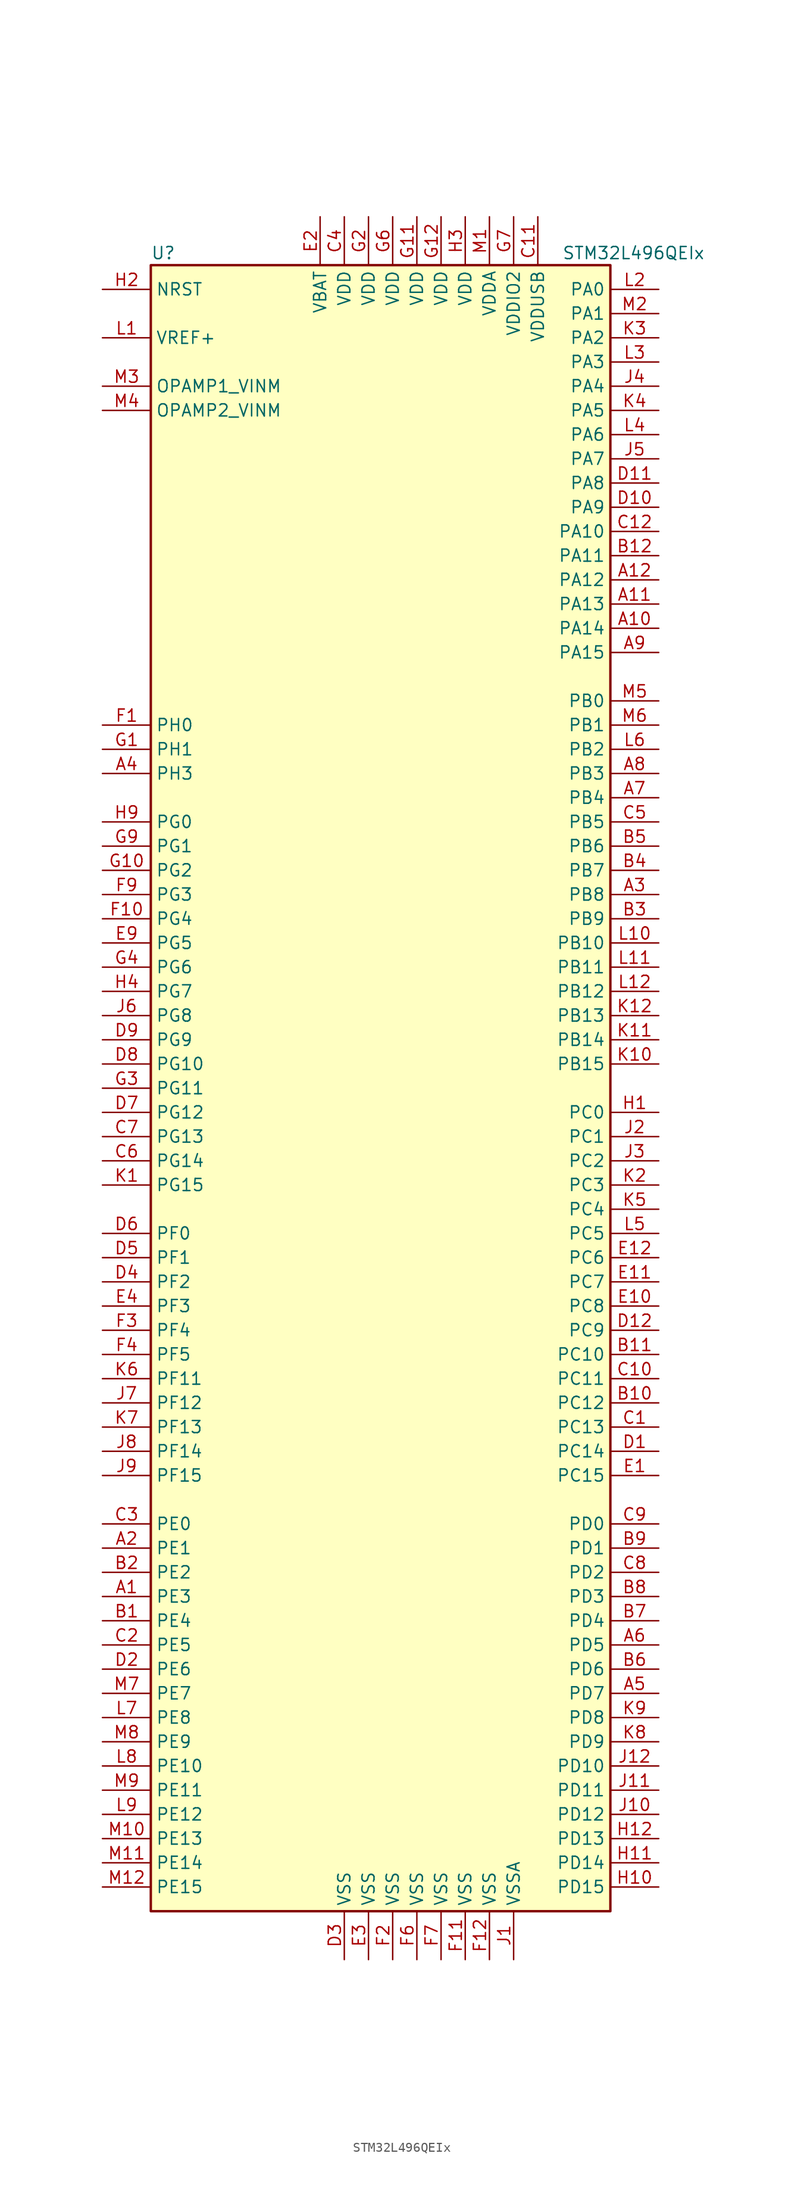
<source format=kicad_sym>
(kicad_symbol_lib
  (version 20211014)
  (generator kicad_symbol_editor)
  (symbol "STM32L496QEIx"
    (property "Reference" "U"
      (at -25.4 87.63 0)
      (effects (font (size 1.27 1.27)) (justify left)))
    (property "Value" "STM32L496QEIx"
      (at 17.78 87.63 0)
      (effects (font (size 1.27 1.27)) (justify left)))
    (symbol "STM32L496QEIx_0_1"
      (rectangle (start -25.4 -86.36) (end 22.86 86.36) (stroke (width 0.254) (type default) (color 0 0 0 0)) (fill (type background))))
    (symbol "STM32L496QEIx_1_1"
      (pin bidirectional line (at -30.48 -53.34 0) (length 5.08) (name "PE3" (effects (font (size 1.27 1.27)))) (number "A1" (effects (font (size 1.27 1.27)))))
      (pin bidirectional line (at 27.94 48.26 180) (length 5.08) (name "PA14" (effects (font (size 1.27 1.27)))) (number "A10" (effects (font (size 1.27 1.27)))))
      (pin bidirectional line (at 27.94 50.8 180) (length 5.08) (name "PA13" (effects (font (size 1.27 1.27)))) (number "A11" (effects (font (size 1.27 1.27)))))
      (pin bidirectional line (at 27.94 53.34 180) (length 5.08) (name "PA12" (effects (font (size 1.27 1.27)))) (number "A12" (effects (font (size 1.27 1.27)))))
      (pin bidirectional line (at -30.48 -48.26 0) (length 5.08) (name "PE1" (effects (font (size 1.27 1.27)))) (number "A2" (effects (font (size 1.27 1.27)))))
      (pin bidirectional line (at 27.94 20.32 180) (length 5.08) (name "PB8" (effects (font (size 1.27 1.27)))) (number "A3" (effects (font (size 1.27 1.27)))))
      (pin bidirectional line (at -30.48 33.02 0) (length 5.08) (name "PH3" (effects (font (size 1.27 1.27)))) (number "A4" (effects (font (size 1.27 1.27)))))
      (pin bidirectional line (at 27.94 -63.5 180) (length 5.08) (name "PD7" (effects (font (size 1.27 1.27)))) (number "A5" (effects (font (size 1.27 1.27)))))
      (pin bidirectional line (at 27.94 -58.42 180) (length 5.08) (name "PD5" (effects (font (size 1.27 1.27)))) (number "A6" (effects (font (size 1.27 1.27)))))
      (pin bidirectional line (at 27.94 30.48 180) (length 5.08) (name "PB4" (effects (font (size 1.27 1.27)))) (number "A7" (effects (font (size 1.27 1.27)))))
      (pin bidirectional line (at 27.94 33.02 180) (length 5.08) (name "PB3" (effects (font (size 1.27 1.27)))) (number "A8" (effects (font (size 1.27 1.27)))))
      (pin bidirectional line (at 27.94 45.72 180) (length 5.08) (name "PA15" (effects (font (size 1.27 1.27)))) (number "A9" (effects (font (size 1.27 1.27)))))
      (pin bidirectional line (at -30.48 -55.88 0) (length 5.08) (name "PE4" (effects (font (size 1.27 1.27)))) (number "B1" (effects (font (size 1.27 1.27)))))
      (pin bidirectional line (at 27.94 -33.02 180) (length 5.08) (name "PC12" (effects (font (size 1.27 1.27)))) (number "B10" (effects (font (size 1.27 1.27)))))
      (pin bidirectional line (at 27.94 -27.94 180) (length 5.08) (name "PC10" (effects (font (size 1.27 1.27)))) (number "B11" (effects (font (size 1.27 1.27)))))
      (pin bidirectional line (at 27.94 55.88 180) (length 5.08) (name "PA11" (effects (font (size 1.27 1.27)))) (number "B12" (effects (font (size 1.27 1.27)))))
      (pin bidirectional line (at -30.48 -50.8 0) (length 5.08) (name "PE2" (effects (font (size 1.27 1.27)))) (number "B2" (effects (font (size 1.27 1.27)))))
      (pin bidirectional line (at 27.94 17.78 180) (length 5.08) (name "PB9" (effects (font (size 1.27 1.27)))) (number "B3" (effects (font (size 1.27 1.27)))))
      (pin bidirectional line (at 27.94 22.86 180) (length 5.08) (name "PB7" (effects (font (size 1.27 1.27)))) (number "B4" (effects (font (size 1.27 1.27)))))
      (pin bidirectional line (at 27.94 25.4 180) (length 5.08) (name "PB6" (effects (font (size 1.27 1.27)))) (number "B5" (effects (font (size 1.27 1.27)))))
      (pin bidirectional line (at 27.94 -60.96 180) (length 5.08) (name "PD6" (effects (font (size 1.27 1.27)))) (number "B6" (effects (font (size 1.27 1.27)))))
      (pin bidirectional line (at 27.94 -55.88 180) (length 5.08) (name "PD4" (effects (font (size 1.27 1.27)))) (number "B7" (effects (font (size 1.27 1.27)))))
      (pin bidirectional line (at 27.94 -53.34 180) (length 5.08) (name "PD3" (effects (font (size 1.27 1.27)))) (number "B8" (effects (font (size 1.27 1.27)))))
      (pin bidirectional line (at 27.94 -48.26 180) (length 5.08) (name "PD1" (effects (font (size 1.27 1.27)))) (number "B9" (effects (font (size 1.27 1.27)))))
      (pin bidirectional line (at 27.94 -35.56 180) (length 5.08) (name "PC13" (effects (font (size 1.27 1.27)))) (number "C1" (effects (font (size 1.27 1.27)))))
      (pin bidirectional line (at 27.94 -30.48 180) (length 5.08) (name "PC11" (effects (font (size 1.27 1.27)))) (number "C10" (effects (font (size 1.27 1.27)))))
      (pin power_in line (at 15.24 91.44 270) (length 5.08) (name "VDDUSB" (effects (font (size 1.27 1.27)))) (number "C11" (effects (font (size 1.27 1.27)))))
      (pin bidirectional line (at 27.94 58.42 180) (length 5.08) (name "PA10" (effects (font (size 1.27 1.27)))) (number "C12" (effects (font (size 1.27 1.27)))))
      (pin bidirectional line (at -30.48 -58.42 0) (length 5.08) (name "PE5" (effects (font (size 1.27 1.27)))) (number "C2" (effects (font (size 1.27 1.27)))))
      (pin bidirectional line (at -30.48 -45.72 0) (length 5.08) (name "PE0" (effects (font (size 1.27 1.27)))) (number "C3" (effects (font (size 1.27 1.27)))))
      (pin power_in line (at -5.08 91.44 270) (length 5.08) (name "VDD" (effects (font (size 1.27 1.27)))) (number "C4" (effects (font (size 1.27 1.27)))))
      (pin bidirectional line (at 27.94 27.94 180) (length 5.08) (name "PB5" (effects (font (size 1.27 1.27)))) (number "C5" (effects (font (size 1.27 1.27)))))
      (pin bidirectional line (at -30.48 -7.62 0) (length 5.08) (name "PG14" (effects (font (size 1.27 1.27)))) (number "C6" (effects (font (size 1.27 1.27)))))
      (pin bidirectional line (at -30.48 -5.08 0) (length 5.08) (name "PG13" (effects (font (size 1.27 1.27)))) (number "C7" (effects (font (size 1.27 1.27)))))
      (pin bidirectional line (at 27.94 -50.8 180) (length 5.08) (name "PD2" (effects (font (size 1.27 1.27)))) (number "C8" (effects (font (size 1.27 1.27)))))
      (pin bidirectional line (at 27.94 -45.72 180) (length 5.08) (name "PD0" (effects (font (size 1.27 1.27)))) (number "C9" (effects (font (size 1.27 1.27)))))
      (pin bidirectional line (at 27.94 -38.1 180) (length 5.08) (name "PC14" (effects (font (size 1.27 1.27)))) (number "D1" (effects (font (size 1.27 1.27)))))
      (pin bidirectional line (at 27.94 60.96 180) (length 5.08) (name "PA9" (effects (font (size 1.27 1.27)))) (number "D10" (effects (font (size 1.27 1.27)))))
      (pin bidirectional line (at 27.94 63.5 180) (length 5.08) (name "PA8" (effects (font (size 1.27 1.27)))) (number "D11" (effects (font (size 1.27 1.27)))))
      (pin bidirectional line (at 27.94 -25.4 180) (length 5.08) (name "PC9" (effects (font (size 1.27 1.27)))) (number "D12" (effects (font (size 1.27 1.27)))))
      (pin bidirectional line (at -30.48 -60.96 0) (length 5.08) (name "PE6" (effects (font (size 1.27 1.27)))) (number "D2" (effects (font (size 1.27 1.27)))))
      (pin power_in line (at -5.08 -91.44 90) (length 5.08) (name "VSS" (effects (font (size 1.27 1.27)))) (number "D3" (effects (font (size 1.27 1.27)))))
      (pin bidirectional line (at -30.48 -20.32 0) (length 5.08) (name "PF2" (effects (font (size 1.27 1.27)))) (number "D4" (effects (font (size 1.27 1.27)))))
      (pin bidirectional line (at -30.48 -17.78 0) (length 5.08) (name "PF1" (effects (font (size 1.27 1.27)))) (number "D5" (effects (font (size 1.27 1.27)))))
      (pin bidirectional line (at -30.48 -15.24 0) (length 5.08) (name "PF0" (effects (font (size 1.27 1.27)))) (number "D6" (effects (font (size 1.27 1.27)))))
      (pin bidirectional line (at -30.48 -2.54 0) (length 5.08) (name "PG12" (effects (font (size 1.27 1.27)))) (number "D7" (effects (font (size 1.27 1.27)))))
      (pin bidirectional line (at -30.48 2.54 0) (length 5.08) (name "PG10" (effects (font (size 1.27 1.27)))) (number "D8" (effects (font (size 1.27 1.27)))))
      (pin bidirectional line (at -30.48 5.08 0) (length 5.08) (name "PG9" (effects (font (size 1.27 1.27)))) (number "D9" (effects (font (size 1.27 1.27)))))
      (pin bidirectional line (at 27.94 -40.64 180) (length 5.08) (name "PC15" (effects (font (size 1.27 1.27)))) (number "E1" (effects (font (size 1.27 1.27)))))
      (pin bidirectional line (at 27.94 -22.86 180) (length 5.08) (name "PC8" (effects (font (size 1.27 1.27)))) (number "E10" (effects (font (size 1.27 1.27)))))
      (pin bidirectional line (at 27.94 -20.32 180) (length 5.08) (name "PC7" (effects (font (size 1.27 1.27)))) (number "E11" (effects (font (size 1.27 1.27)))))
      (pin bidirectional line (at 27.94 -17.78 180) (length 5.08) (name "PC6" (effects (font (size 1.27 1.27)))) (number "E12" (effects (font (size 1.27 1.27)))))
      (pin power_in line (at -7.62 91.44 270) (length 5.08) (name "VBAT" (effects (font (size 1.27 1.27)))) (number "E2" (effects (font (size 1.27 1.27)))))
      (pin power_in line (at -2.54 -91.44 90) (length 5.08) (name "VSS" (effects (font (size 1.27 1.27)))) (number "E3" (effects (font (size 1.27 1.27)))))
      (pin bidirectional line (at -30.48 -22.86 0) (length 5.08) (name "PF3" (effects (font (size 1.27 1.27)))) (number "E4" (effects (font (size 1.27 1.27)))))
      (pin bidirectional line (at -30.48 15.24 0) (length 5.08) (name "PG5" (effects (font (size 1.27 1.27)))) (number "E9" (effects (font (size 1.27 1.27)))))
      (pin input line (at -30.48 38.1 0) (length 5.08) (name "PH0" (effects (font (size 1.27 1.27)))) (number "F1" (effects (font (size 1.27 1.27)))))
      (pin bidirectional line (at -30.48 17.78 0) (length 5.08) (name "PG4" (effects (font (size 1.27 1.27)))) (number "F10" (effects (font (size 1.27 1.27)))))
      (pin power_in line (at 7.62 -91.44 90) (length 5.08) (name "VSS" (effects (font (size 1.27 1.27)))) (number "F11" (effects (font (size 1.27 1.27)))))
      (pin power_in line (at 10.16 -91.44 90) (length 5.08) (name "VSS" (effects (font (size 1.27 1.27)))) (number "F12" (effects (font (size 1.27 1.27)))))
      (pin power_in line (at 0 -91.44 90) (length 5.08) (name "VSS" (effects (font (size 1.27 1.27)))) (number "F2" (effects (font (size 1.27 1.27)))))
      (pin bidirectional line (at -30.48 -25.4 0) (length 5.08) (name "PF4" (effects (font (size 1.27 1.27)))) (number "F3" (effects (font (size 1.27 1.27)))))
      (pin bidirectional line (at -30.48 -27.94 0) (length 5.08) (name "PF5" (effects (font (size 1.27 1.27)))) (number "F4" (effects (font (size 1.27 1.27)))))
      (pin power_in line (at 2.54 -91.44 90) (length 5.08) (name "VSS" (effects (font (size 1.27 1.27)))) (number "F6" (effects (font (size 1.27 1.27)))))
      (pin power_in line (at 5.08 -91.44 90) (length 5.08) (name "VSS" (effects (font (size 1.27 1.27)))) (number "F7" (effects (font (size 1.27 1.27)))))
      (pin bidirectional line (at -30.48 20.32 0) (length 5.08) (name "PG3" (effects (font (size 1.27 1.27)))) (number "F9" (effects (font (size 1.27 1.27)))))
      (pin input line (at -30.48 35.56 0) (length 5.08) (name "PH1" (effects (font (size 1.27 1.27)))) (number "G1" (effects (font (size 1.27 1.27)))))
      (pin bidirectional line (at -30.48 22.86 0) (length 5.08) (name "PG2" (effects (font (size 1.27 1.27)))) (number "G10" (effects (font (size 1.27 1.27)))))
      (pin power_in line (at 2.54 91.44 270) (length 5.08) (name "VDD" (effects (font (size 1.27 1.27)))) (number "G11" (effects (font (size 1.27 1.27)))))
      (pin power_in line (at 5.08 91.44 270) (length 5.08) (name "VDD" (effects (font (size 1.27 1.27)))) (number "G12" (effects (font (size 1.27 1.27)))))
      (pin power_in line (at -2.54 91.44 270) (length 5.08) (name "VDD" (effects (font (size 1.27 1.27)))) (number "G2" (effects (font (size 1.27 1.27)))))
      (pin bidirectional line (at -30.48 0 0) (length 5.08) (name "PG11" (effects (font (size 1.27 1.27)))) (number "G3" (effects (font (size 1.27 1.27)))))
      (pin bidirectional line (at -30.48 12.7 0) (length 5.08) (name "PG6" (effects (font (size 1.27 1.27)))) (number "G4" (effects (font (size 1.27 1.27)))))
      (pin power_in line (at 0 91.44 270) (length 5.08) (name "VDD" (effects (font (size 1.27 1.27)))) (number "G6" (effects (font (size 1.27 1.27)))))
      (pin power_in line (at 12.7 91.44 270) (length 5.08) (name "VDDIO2" (effects (font (size 1.27 1.27)))) (number "G7" (effects (font (size 1.27 1.27)))))
      (pin bidirectional line (at -30.48 25.4 0) (length 5.08) (name "PG1" (effects (font (size 1.27 1.27)))) (number "G9" (effects (font (size 1.27 1.27)))))
      (pin bidirectional line (at 27.94 -2.54 180) (length 5.08) (name "PC0" (effects (font (size 1.27 1.27)))) (number "H1" (effects (font (size 1.27 1.27)))))
      (pin bidirectional line (at 27.94 -83.82 180) (length 5.08) (name "PD15" (effects (font (size 1.27 1.27)))) (number "H10" (effects (font (size 1.27 1.27)))))
      (pin bidirectional line (at 27.94 -81.28 180) (length 5.08) (name "PD14" (effects (font (size 1.27 1.27)))) (number "H11" (effects (font (size 1.27 1.27)))))
      (pin bidirectional line (at 27.94 -78.74 180) (length 5.08) (name "PD13" (effects (font (size 1.27 1.27)))) (number "H12" (effects (font (size 1.27 1.27)))))
      (pin input line (at -30.48 83.82 0) (length 5.08) (name "NRST" (effects (font (size 1.27 1.27)))) (number "H2" (effects (font (size 1.27 1.27)))))
      (pin power_in line (at 7.62 91.44 270) (length 5.08) (name "VDD" (effects (font (size 1.27 1.27)))) (number "H3" (effects (font (size 1.27 1.27)))))
      (pin bidirectional line (at -30.48 10.16 0) (length 5.08) (name "PG7" (effects (font (size 1.27 1.27)))) (number "H4" (effects (font (size 1.27 1.27)))))
      (pin bidirectional line (at -30.48 27.94 0) (length 5.08) (name "PG0" (effects (font (size 1.27 1.27)))) (number "H9" (effects (font (size 1.27 1.27)))))
      (pin power_in line (at 12.7 -91.44 90) (length 5.08) (name "VSSA" (effects (font (size 1.27 1.27)))) (number "J1" (effects (font (size 1.27 1.27)))))
      (pin bidirectional line (at 27.94 -76.2 180) (length 5.08) (name "PD12" (effects (font (size 1.27 1.27)))) (number "J10" (effects (font (size 1.27 1.27)))))
      (pin bidirectional line (at 27.94 -73.66 180) (length 5.08) (name "PD11" (effects (font (size 1.27 1.27)))) (number "J11" (effects (font (size 1.27 1.27)))))
      (pin bidirectional line (at 27.94 -71.12 180) (length 5.08) (name "PD10" (effects (font (size 1.27 1.27)))) (number "J12" (effects (font (size 1.27 1.27)))))
      (pin bidirectional line (at 27.94 -5.08 180) (length 5.08) (name "PC1" (effects (font (size 1.27 1.27)))) (number "J2" (effects (font (size 1.27 1.27)))))
      (pin bidirectional line (at 27.94 -7.62 180) (length 5.08) (name "PC2" (effects (font (size 1.27 1.27)))) (number "J3" (effects (font (size 1.27 1.27)))))
      (pin bidirectional line (at 27.94 73.66 180) (length 5.08) (name "PA4" (effects (font (size 1.27 1.27)))) (number "J4" (effects (font (size 1.27 1.27)))))
      (pin bidirectional line (at 27.94 66.04 180) (length 5.08) (name "PA7" (effects (font (size 1.27 1.27)))) (number "J5" (effects (font (size 1.27 1.27)))))
      (pin bidirectional line (at -30.48 7.62 0) (length 5.08) (name "PG8" (effects (font (size 1.27 1.27)))) (number "J6" (effects (font (size 1.27 1.27)))))
      (pin bidirectional line (at -30.48 -33.02 0) (length 5.08) (name "PF12" (effects (font (size 1.27 1.27)))) (number "J7" (effects (font (size 1.27 1.27)))))
      (pin bidirectional line (at -30.48 -38.1 0) (length 5.08) (name "PF14" (effects (font (size 1.27 1.27)))) (number "J8" (effects (font (size 1.27 1.27)))))
      (pin bidirectional line (at -30.48 -40.64 0) (length 5.08) (name "PF15" (effects (font (size 1.27 1.27)))) (number "J9" (effects (font (size 1.27 1.27)))))
      (pin bidirectional line (at -30.48 -10.16 0) (length 5.08) (name "PG15" (effects (font (size 1.27 1.27)))) (number "K1" (effects (font (size 1.27 1.27)))))
      (pin bidirectional line (at 27.94 2.54 180) (length 5.08) (name "PB15" (effects (font (size 1.27 1.27)))) (number "K10" (effects (font (size 1.27 1.27)))))
      (pin bidirectional line (at 27.94 5.08 180) (length 5.08) (name "PB14" (effects (font (size 1.27 1.27)))) (number "K11" (effects (font (size 1.27 1.27)))))
      (pin bidirectional line (at 27.94 7.62 180) (length 5.08) (name "PB13" (effects (font (size 1.27 1.27)))) (number "K12" (effects (font (size 1.27 1.27)))))
      (pin bidirectional line (at 27.94 -10.16 180) (length 5.08) (name "PC3" (effects (font (size 1.27 1.27)))) (number "K2" (effects (font (size 1.27 1.27)))))
      (pin bidirectional line (at 27.94 78.74 180) (length 5.08) (name "PA2" (effects (font (size 1.27 1.27)))) (number "K3" (effects (font (size 1.27 1.27)))))
      (pin bidirectional line (at 27.94 71.12 180) (length 5.08) (name "PA5" (effects (font (size 1.27 1.27)))) (number "K4" (effects (font (size 1.27 1.27)))))
      (pin bidirectional line (at 27.94 -12.7 180) (length 5.08) (name "PC4" (effects (font (size 1.27 1.27)))) (number "K5" (effects (font (size 1.27 1.27)))))
      (pin bidirectional line (at -30.48 -30.48 0) (length 5.08) (name "PF11" (effects (font (size 1.27 1.27)))) (number "K6" (effects (font (size 1.27 1.27)))))
      (pin bidirectional line (at -30.48 -35.56 0) (length 5.08) (name "PF13" (effects (font (size 1.27 1.27)))) (number "K7" (effects (font (size 1.27 1.27)))))
      (pin bidirectional line (at 27.94 -68.58 180) (length 5.08) (name "PD9" (effects (font (size 1.27 1.27)))) (number "K8" (effects (font (size 1.27 1.27)))))
      (pin bidirectional line (at 27.94 -66.04 180) (length 5.08) (name "PD8" (effects (font (size 1.27 1.27)))) (number "K9" (effects (font (size 1.27 1.27)))))
      (pin bidirectional line (at -30.48 78.74 0) (length 5.08) (name "VREF+" (effects (font (size 1.27 1.27)))) (number "L1" (effects (font (size 1.27 1.27)))))
      (pin bidirectional line (at 27.94 15.24 180) (length 5.08) (name "PB10" (effects (font (size 1.27 1.27)))) (number "L10" (effects (font (size 1.27 1.27)))))
      (pin bidirectional line (at 27.94 12.7 180) (length 5.08) (name "PB11" (effects (font (size 1.27 1.27)))) (number "L11" (effects (font (size 1.27 1.27)))))
      (pin bidirectional line (at 27.94 10.16 180) (length 5.08) (name "PB12" (effects (font (size 1.27 1.27)))) (number "L12" (effects (font (size 1.27 1.27)))))
      (pin bidirectional line (at 27.94 83.82 180) (length 5.08) (name "PA0" (effects (font (size 1.27 1.27)))) (number "L2" (effects (font (size 1.27 1.27)))))
      (pin bidirectional line (at 27.94 76.2 180) (length 5.08) (name "PA3" (effects (font (size 1.27 1.27)))) (number "L3" (effects (font (size 1.27 1.27)))))
      (pin bidirectional line (at 27.94 68.58 180) (length 5.08) (name "PA6" (effects (font (size 1.27 1.27)))) (number "L4" (effects (font (size 1.27 1.27)))))
      (pin bidirectional line (at 27.94 -15.24 180) (length 5.08) (name "PC5" (effects (font (size 1.27 1.27)))) (number "L5" (effects (font (size 1.27 1.27)))))
      (pin bidirectional line (at 27.94 35.56 180) (length 5.08) (name "PB2" (effects (font (size 1.27 1.27)))) (number "L6" (effects (font (size 1.27 1.27)))))
      (pin bidirectional line (at -30.48 -66.04 0) (length 5.08) (name "PE8" (effects (font (size 1.27 1.27)))) (number "L7" (effects (font (size 1.27 1.27)))))
      (pin bidirectional line (at -30.48 -71.12 0) (length 5.08) (name "PE10" (effects (font (size 1.27 1.27)))) (number "L8" (effects (font (size 1.27 1.27)))))
      (pin bidirectional line (at -30.48 -76.2 0) (length 5.08) (name "PE12" (effects (font (size 1.27 1.27)))) (number "L9" (effects (font (size 1.27 1.27)))))
      (pin power_in line (at 10.16 91.44 270) (length 5.08) (name "VDDA" (effects (font (size 1.27 1.27)))) (number "M1" (effects (font (size 1.27 1.27)))))
      (pin bidirectional line (at -30.48 -78.74 0) (length 5.08) (name "PE13" (effects (font (size 1.27 1.27)))) (number "M10" (effects (font (size 1.27 1.27)))))
      (pin bidirectional line (at -30.48 -81.28 0) (length 5.08) (name "PE14" (effects (font (size 1.27 1.27)))) (number "M11" (effects (font (size 1.27 1.27)))))
      (pin bidirectional line (at -30.48 -83.82 0) (length 5.08) (name "PE15" (effects (font (size 1.27 1.27)))) (number "M12" (effects (font (size 1.27 1.27)))))
      (pin bidirectional line (at 27.94 81.28 180) (length 5.08) (name "PA1" (effects (font (size 1.27 1.27)))) (number "M2" (effects (font (size 1.27 1.27)))))
      (pin bidirectional line (at -30.48 73.66 0) (length 5.08) (name "OPAMP1_VINM" (effects (font (size 1.27 1.27)))) (number "M3" (effects (font (size 1.27 1.27)))))
      (pin bidirectional line (at -30.48 71.12 0) (length 5.08) (name "OPAMP2_VINM" (effects (font (size 1.27 1.27)))) (number "M4" (effects (font (size 1.27 1.27)))))
      (pin bidirectional line (at 27.94 40.64 180) (length 5.08) (name "PB0" (effects (font (size 1.27 1.27)))) (number "M5" (effects (font (size 1.27 1.27)))))
      (pin bidirectional line (at 27.94 38.1 180) (length 5.08) (name "PB1" (effects (font (size 1.27 1.27)))) (number "M6" (effects (font (size 1.27 1.27)))))
      (pin bidirectional line (at -30.48 -63.5 0) (length 5.08) (name "PE7" (effects (font (size 1.27 1.27)))) (number "M7" (effects (font (size 1.27 1.27)))))
      (pin bidirectional line (at -30.48 -68.58 0) (length 5.08) (name "PE9" (effects (font (size 1.27 1.27)))) (number "M8" (effects (font (size 1.27 1.27)))))
      (pin bidirectional line (at -30.48 -73.66 0) (length 5.08) (name "PE11" (effects (font (size 1.27 1.27)))) (number "M9" (effects (font (size 1.27 1.27))))))))
</source>
